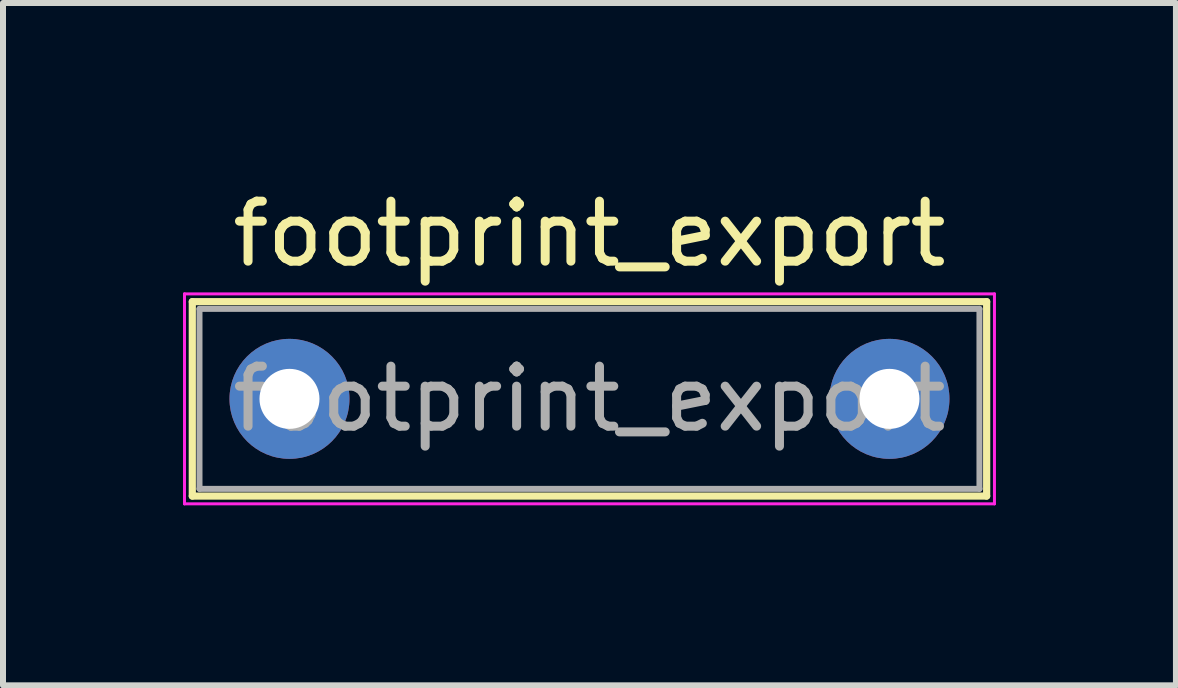
<source format=kicad_pcb>
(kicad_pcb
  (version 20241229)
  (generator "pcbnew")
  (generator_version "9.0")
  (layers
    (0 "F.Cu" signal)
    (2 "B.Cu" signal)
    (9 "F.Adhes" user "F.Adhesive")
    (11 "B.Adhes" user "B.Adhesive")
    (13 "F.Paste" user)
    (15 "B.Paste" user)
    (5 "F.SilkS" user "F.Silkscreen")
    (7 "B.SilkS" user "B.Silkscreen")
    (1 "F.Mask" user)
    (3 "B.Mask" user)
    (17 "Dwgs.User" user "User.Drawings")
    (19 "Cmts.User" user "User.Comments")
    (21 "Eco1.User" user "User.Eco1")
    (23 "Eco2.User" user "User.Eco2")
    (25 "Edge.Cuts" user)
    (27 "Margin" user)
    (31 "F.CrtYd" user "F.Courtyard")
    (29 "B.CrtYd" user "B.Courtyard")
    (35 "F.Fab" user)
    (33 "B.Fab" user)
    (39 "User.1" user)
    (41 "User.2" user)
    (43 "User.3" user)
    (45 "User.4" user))
  (footprint "footprint_export"
    (layer "F.Cu")
    (at 1.775 3.598)
    (property "Reference" "footprint_export" (at 5 -2.75 0) (layer "F.SilkS") (effects (font (size 1 1) (thickness 0.15))))
    (attr through_hole)
    (fp_line (start -1.62 -1.62) (end -1.62 1.62) (stroke (width 0.12) (type solid)) (layer "F.SilkS"))
    (fp_line (start -1.62 -1.62) (end 11.62 -1.62) (stroke (width 0.12) (type solid)) (layer "F.SilkS"))
    (fp_line (start -1.62 1.62) (end 11.62 1.62) (stroke (width 0.12) (type solid)) (layer "F.SilkS"))
    (fp_line (start 11.62 -1.62) (end 11.62 1.62) (stroke (width 0.12) (type solid)) (layer "F.SilkS"))
    (fp_line (start -1.75 -1.75) (end -1.75 1.75) (stroke (width 0.05) (type solid)) (layer "F.CrtYd"))
    (fp_line (start -1.75 1.75) (end 11.75 1.75) (stroke (width 0.05) (type solid)) (layer "F.CrtYd"))
    (fp_line (start 11.75 -1.75) (end -1.75 -1.75) (stroke (width 0.05) (type solid)) (layer "F.CrtYd"))
    (fp_line (start 11.75 1.75) (end 11.75 -1.75) (stroke (width 0.05) (type solid)) (layer "F.CrtYd"))
    (fp_line (start -1.5 -1.5) (end -1.5 1.5) (stroke (width 0.1) (type solid)) (layer "F.Fab"))
    (fp_line (start -1.5 1.5) (end 11.5 1.5) (stroke (width 0.1) (type solid)) (layer "F.Fab"))
    (fp_line (start 11.5 -1.5) (end -1.5 -1.5) (stroke (width 0.1) (type solid)) (layer "F.Fab"))
    (fp_line (start 11.5 1.5) (end 11.5 -1.5) (stroke (width 0.1) (type solid)) (layer "F.Fab"))
    (fp_text user "${REFERENCE}" (at 5 0 0) (layer "F.Fab") (effects (font (size 1 1) (thickness 0.15))))
    (pad "1" thru_hole circle (at 0 0) (size 2 2) (drill 1) (layers "*.Cu" "*.Mask"))
    (pad "2" thru_hole circle (at 10 0) (size 2 2) (drill 1) (layers "*.Cu" "*.Mask")))
  (gr_rect
    (start -3 -3)
    (end 16.55 8.373)
    (stroke (width 0.1) (type default))
    (fill no)
    (layer "Edge.Cuts")))
</source>
